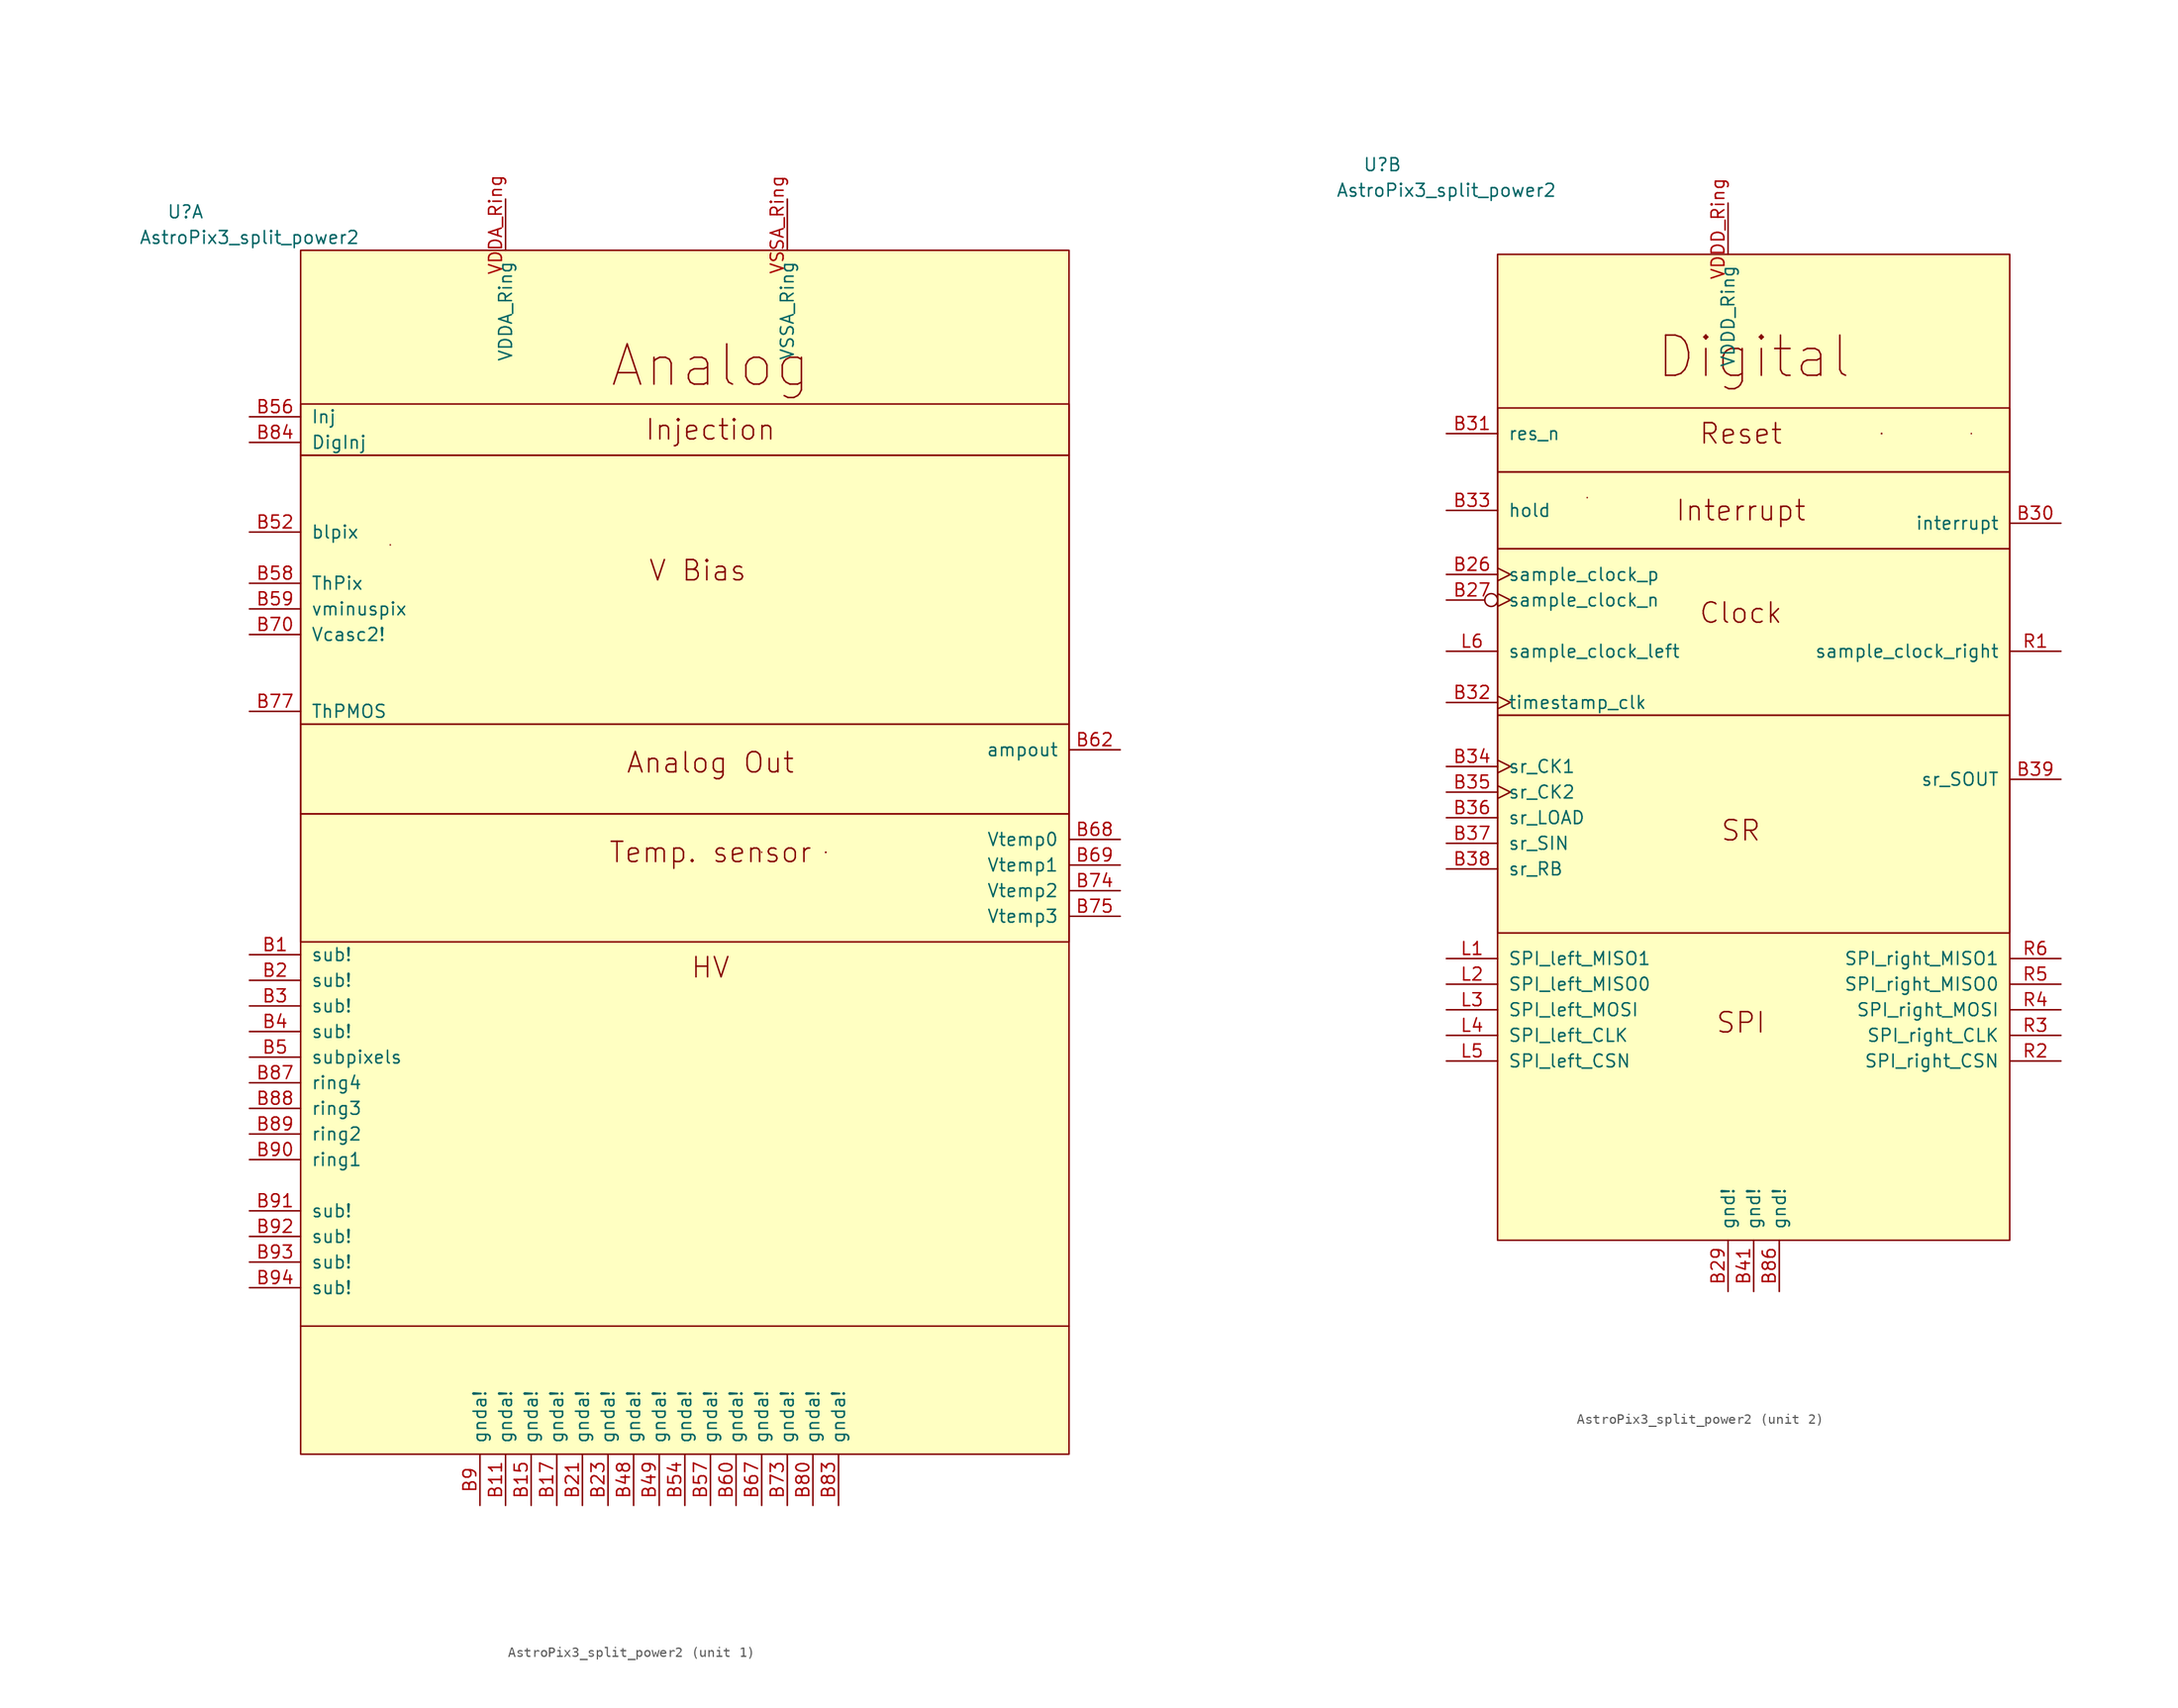
<source format=kicad_sym>
(kicad_symbol_lib
  (version 20211014)
  (generator kicad_symbol_editor)
  (symbol "AstroPix3_split_power2"
    (pin_names
      (offset 1.016))
    (property "Reference" "U"
      (at -36.83 40.64 0)
      (effects (font (size 1.27 1.27))))
    (property "Value" "AstroPix3_split_power2"
      (at -30.48 38.1 0)
      (effects (font (size 1.27 1.27))))
    (property "ki_locked" ""
      (at 0 0 0)
      (effects (font (size 1.27 1.27))))
    (symbol "AstroPix3_split_power2_0_1"
      (polyline (pts (xy -16.51 7.62) (xy -16.51 7.62)) (stroke (width 0) (type default) (color 0 0 0 0)) (fill (type none))))
    (symbol "AstroPix3_split_power2_1_1"
      (rectangle (start -25.4 -19.05) (end 50.8 -31.75) (stroke (width 0) (type default) (color 0 0 0 0)) (fill (type none)))
      (rectangle (start -25.4 -10.16) (end 50.8 -19.05) (stroke (width 0) (type default) (color 0 0 0 0)) (fill (type none)))
      (rectangle (start -25.4 16.51) (end 50.8 -10.16) (stroke (width 0) (type default) (color 0 0 0 0)) (fill (type none)))
      (rectangle (start -25.4 21.59) (end 50.8 16.51) (stroke (width 0) (type default) (color 0 0 0 0)) (fill (type none)))
      (rectangle (start -25.4 36.83) (end 50.8 -82.55) (stroke (width 0) (type default) (color 0 0 0 0)) (fill (type background)))
      (polyline (pts (xy -25.4 -69.85) (xy 50.8 -69.85)) (stroke (width 0) (type default) (color 0 0 0 0)) (fill (type none)))
      (polyline (pts (xy 20.32 -22.86) (xy 20.32 -22.86)) (stroke (width 0) (type default) (color 0 0 0 0)) (fill (type none)))
      (polyline (pts (xy 26.67 -22.86) (xy 26.67 -22.86)) (stroke (width 0) (type default) (color 0 0 0 0)) (fill (type none)))
      (polyline (pts (xy 26.67 -22.86) (xy 26.67 -22.86)) (stroke (width 0) (type default) (color 0 0 0 0)) (fill (type none)))
      (polyline (pts (xy 26.67 -22.86) (xy 26.67 -22.86)) (stroke (width 0) (type default) (color 0 0 0 0)) (fill (type none)))
      (polyline (pts (xy 26.67 -22.86) (xy 26.67 -22.86)) (stroke (width 0) (type default) (color 0 0 0 0)) (fill (type none)))
      (polyline (pts (xy 26.67 -22.86) (xy 26.67 -22.86)) (stroke (width 0) (type default) (color 0 0 0 0)) (fill (type none)))
      (text "Analog" (at 15.24 25.4 0) (effects (font (size 3.988 3.988))))
      (text "Analog Out" (at 15.24 -13.97 0) (effects (font (size 2.007 2.007))))
      (text "HV" (at 15.24 -34.29 0) (effects (font (size 2.007 2.007))))
      (text "Injection" (at 15.24 19.05 0) (effects (font (size 2.007 2.007))))
      (text "Temp. sensor" (at 15.24 -22.86 0) (effects (font (size 2.007 2.007))))
      (text "V Bias" (at 13.97 5.08 0) (effects (font (size 2.007 2.007))))
      (pin power_in line (at -30.48 -33.02 0) (length 5.08) (name "sub!" (effects (font (size 1.27 1.27)))) (number "B1" (effects (font (size 1.27 1.27)))))
      (pin power_in line (at -5.08 -87.63 90) (length 5.08) (name "gnda!" (effects (font (size 1.27 1.27)))) (number "B11" (effects (font (size 1.27 1.27)))))
      (pin power_in line (at -2.54 -87.63 90) (length 5.08) (name "gnda!" (effects (font (size 1.27 1.27)))) (number "B15" (effects (font (size 1.27 1.27)))))
      (pin power_in line (at 0 -87.63 90) (length 5.08) (name "gnda!" (effects (font (size 1.27 1.27)))) (number "B17" (effects (font (size 1.27 1.27)))))
      (pin power_in line (at -30.48 -35.56 0) (length 5.08) (name "sub!" (effects (font (size 1.27 1.27)))) (number "B2" (effects (font (size 1.27 1.27)))))
      (pin power_in line (at 2.54 -87.63 90) (length 5.08) (name "gnda!" (effects (font (size 1.27 1.27)))) (number "B21" (effects (font (size 1.27 1.27)))))
      (pin power_in line (at 5.08 -87.63 90) (length 5.08) (name "gnda!" (effects (font (size 1.27 1.27)))) (number "B23" (effects (font (size 1.27 1.27)))))
      (pin power_in line (at -30.48 -38.1 0) (length 5.08) (name "sub!" (effects (font (size 1.27 1.27)))) (number "B3" (effects (font (size 1.27 1.27)))))
      (pin power_in line (at -30.48 -40.64 0) (length 5.08) (name "sub!" (effects (font (size 1.27 1.27)))) (number "B4" (effects (font (size 1.27 1.27)))))
      (pin power_in line (at 7.62 -87.63 90) (length 5.08) (name "gnda!" (effects (font (size 1.27 1.27)))) (number "B48" (effects (font (size 1.27 1.27)))))
      (pin power_in line (at 10.16 -87.63 90) (length 5.08) (name "gnda!" (effects (font (size 1.27 1.27)))) (number "B49" (effects (font (size 1.27 1.27)))))
      (pin power_in line (at -30.48 -43.18 0) (length 5.08) (name "subpixels" (effects (font (size 1.27 1.27)))) (number "B5" (effects (font (size 1.27 1.27)))))
      (pin input line (at -30.48 8.89 0) (length 5.08) (name "blpix" (effects (font (size 1.27 1.27)))) (number "B52" (effects (font (size 1.27 1.27)))))
      (pin power_in line (at 12.7 -87.63 90) (length 5.08) (name "gnda!" (effects (font (size 1.27 1.27)))) (number "B54" (effects (font (size 1.27 1.27)))))
      (pin input line (at -30.48 20.32 0) (length 5.08) (name "Inj" (effects (font (size 1.27 1.27)))) (number "B56" (effects (font (size 1.27 1.27)))))
      (pin power_in line (at 15.24 -87.63 90) (length 5.08) (name "gnda!" (effects (font (size 1.27 1.27)))) (number "B57" (effects (font (size 1.27 1.27)))))
      (pin input line (at -30.48 3.81 0) (length 5.08) (name "ThPix" (effects (font (size 1.27 1.27)))) (number "B58" (effects (font (size 1.27 1.27)))))
      (pin input line (at -30.48 1.27 0) (length 5.08) (name "vminuspix" (effects (font (size 1.27 1.27)))) (number "B59" (effects (font (size 1.27 1.27)))))
      (pin power_in line (at 17.78 -87.63 90) (length 5.08) (name "gnda!" (effects (font (size 1.27 1.27)))) (number "B60" (effects (font (size 1.27 1.27)))))
      (pin output line (at 55.88 -12.7 180) (length 5.08) (name "ampout" (effects (font (size 1.27 1.27)))) (number "B62" (effects (font (size 1.27 1.27)))))
      (pin power_in line (at 20.32 -87.63 90) (length 5.08) (name "gnda!" (effects (font (size 1.27 1.27)))) (number "B67" (effects (font (size 1.27 1.27)))))
      (pin output line (at 55.88 -21.59 180) (length 5.08) (name "Vtemp0" (effects (font (size 1.27 1.27)))) (number "B68" (effects (font (size 1.27 1.27)))))
      (pin output line (at 55.88 -24.13 180) (length 5.08) (name "Vtemp1" (effects (font (size 1.27 1.27)))) (number "B69" (effects (font (size 1.27 1.27)))))
      (pin input line (at -30.48 -1.27 0) (length 5.08) (name "Vcasc2!" (effects (font (size 1.27 1.27)))) (number "B70" (effects (font (size 1.27 1.27)))))
      (pin power_in line (at 22.86 -87.63 90) (length 5.08) (name "gnda!" (effects (font (size 1.27 1.27)))) (number "B73" (effects (font (size 1.27 1.27)))))
      (pin output line (at 55.88 -26.67 180) (length 5.08) (name "Vtemp2" (effects (font (size 1.27 1.27)))) (number "B74" (effects (font (size 1.27 1.27)))))
      (pin output line (at 55.88 -29.21 180) (length 5.08) (name "Vtemp3" (effects (font (size 1.27 1.27)))) (number "B75" (effects (font (size 1.27 1.27)))))
      (pin input line (at -30.48 -8.89 0) (length 5.08) (name "ThPMOS" (effects (font (size 1.27 1.27)))) (number "B77" (effects (font (size 1.27 1.27)))))
      (pin power_in line (at 25.4 -87.63 90) (length 5.08) (name "gnda!" (effects (font (size 1.27 1.27)))) (number "B80" (effects (font (size 1.27 1.27)))))
      (pin power_in line (at 27.94 -87.63 90) (length 5.08) (name "gnda!" (effects (font (size 1.27 1.27)))) (number "B83" (effects (font (size 1.27 1.27)))))
      (pin input line (at -30.48 17.78 0) (length 5.08) (name "DigInj" (effects (font (size 1.27 1.27)))) (number "B84" (effects (font (size 1.27 1.27)))))
      (pin input line (at -30.48 -45.72 0) (length 5.08) (name "ring4" (effects (font (size 1.27 1.27)))) (number "B87" (effects (font (size 1.27 1.27)))))
      (pin input line (at -30.48 -48.26 0) (length 5.08) (name "ring3" (effects (font (size 1.27 1.27)))) (number "B88" (effects (font (size 1.27 1.27)))))
      (pin input line (at -30.48 -50.8 0) (length 5.08) (name "ring2" (effects (font (size 1.27 1.27)))) (number "B89" (effects (font (size 1.27 1.27)))))
      (pin power_in line (at -7.62 -87.63 90) (length 5.08) (name "gnda!" (effects (font (size 1.27 1.27)))) (number "B9" (effects (font (size 1.27 1.27)))))
      (pin input line (at -30.48 -53.34 0) (length 5.08) (name "ring1" (effects (font (size 1.27 1.27)))) (number "B90" (effects (font (size 1.27 1.27)))))
      (pin power_in line (at -30.48 -58.42 0) (length 5.08) (name "sub!" (effects (font (size 1.27 1.27)))) (number "B91" (effects (font (size 1.27 1.27)))))
      (pin power_in line (at -30.48 -60.96 0) (length 5.08) (name "sub!" (effects (font (size 1.27 1.27)))) (number "B92" (effects (font (size 1.27 1.27)))))
      (pin power_in line (at -30.48 -63.5 0) (length 5.08) (name "sub!" (effects (font (size 1.27 1.27)))) (number "B93" (effects (font (size 1.27 1.27)))))
      (pin power_in line (at -30.48 -66.04 0) (length 5.08) (name "sub!" (effects (font (size 1.27 1.27)))) (number "B94" (effects (font (size 1.27 1.27)))))
      (pin power_in line (at -5.08 41.91 270) (length 5.08) (name "VDDA_Ring" (effects (font (size 1.27 1.27)))) (number "VDDA_Ring" (effects (font (size 1.27 1.27)))))
      (pin power_in line (at 22.86 41.91 270) (length 5.08) (name "VSSA_Ring" (effects (font (size 1.27 1.27)))) (number "VSSA_Ring" (effects (font (size 1.27 1.27))))))
    (symbol "AstroPix3_split_power2_2_1"
      (rectangle (start -25.4 -13.97) (end 25.4 -35.56) (stroke (width 0) (type default) (color 0 0 0 0)) (fill (type none)))
      (rectangle (start -25.4 2.54) (end 25.4 -13.97) (stroke (width 0) (type default) (color 0 0 0 0)) (fill (type none)))
      (rectangle (start -25.4 2.54) (end 25.4 10.16) (stroke (width 0) (type default) (color 0 0 0 0)) (fill (type none)))
      (rectangle (start -25.4 16.51) (end 25.4 10.16) (stroke (width 0) (type default) (color 0 0 0 0)) (fill (type none)))
      (rectangle (start -25.4 31.75) (end 25.4 -66.04) (stroke (width 0) (type default) (color 0 0 0 0)) (fill (type background)))
      (polyline (pts (xy 12.7 13.97) (xy 12.7 13.97)) (stroke (width 0) (type default) (color 0 0 0 0)) (fill (type none)))
      (polyline (pts (xy 12.7 13.97) (xy 12.7 13.97)) (stroke (width 0) (type default) (color 0 0 0 0)) (fill (type none)))
      (polyline (pts (xy 12.7 13.97) (xy 12.7 13.97)) (stroke (width 0) (type default) (color 0 0 0 0)) (fill (type none)))
      (polyline (pts (xy 12.7 13.97) (xy 12.7 13.97)) (stroke (width 0) (type default) (color 0 0 0 0)) (fill (type none)))
      (polyline (pts (xy 12.7 13.97) (xy 12.7 13.97)) (stroke (width 0) (type default) (color 0 0 0 0)) (fill (type none)))
      (polyline (pts (xy 21.59 13.97) (xy 21.59 13.97)) (stroke (width 0) (type default) (color 0 0 0 0)) (fill (type none)))
      (text "Clock" (at -1.27 -3.81 0) (effects (font (size 2.007 2.007))))
      (text "Digital" (at 0 21.59 0) (effects (font (size 3.988 3.988))))
      (text "Interrupt" (at -1.27 6.35 0) (effects (font (size 2.007 2.007))))
      (text "Reset" (at -1.27 13.97 0) (effects (font (size 2.007 2.007))))
      (text "SPI" (at -1.27 -44.45 0) (effects (font (size 2.007 2.007))))
      (text "SR" (at -1.27 -25.4 0) (effects (font (size 2.007 2.007))))
      (pin input clock (at -30.48 0 0) (length 5.08) (name "sample_clock_p" (effects (font (size 1.27 1.27)))) (number "B26" (effects (font (size 1.27 1.27)))))
      (pin input inverted_clock (at -30.48 -2.54 0) (length 5.08) (name "sample_clock_n" (effects (font (size 1.27 1.27)))) (number "B27" (effects (font (size 1.27 1.27)))))
      (pin power_in line (at -2.54 -71.12 90) (length 5.08) (name "gnd!" (effects (font (size 1.27 1.27)))) (number "B29" (effects (font (size 1.27 1.27)))))
      (pin open_collector line (at 30.48 5.08 180) (length 5.08) (name "interrupt" (effects (font (size 1.27 1.27)))) (number "B30" (effects (font (size 1.27 1.27)))))
      (pin input line (at -30.48 13.97 0) (length 5.08) (name "res_n" (effects (font (size 1.27 1.27)))) (number "B31" (effects (font (size 1.27 1.27)))))
      (pin input clock (at -30.48 -12.7 0) (length 5.08) (name "timestamp_clk" (effects (font (size 1.27 1.27)))) (number "B32" (effects (font (size 1.27 1.27)))))
      (pin input line (at -30.48 6.35 0) (length 5.08) (name "hold" (effects (font (size 1.27 1.27)))) (number "B33" (effects (font (size 1.27 1.27)))))
      (pin input clock (at -30.48 -19.05 0) (length 5.08) (name "sr_CK1" (effects (font (size 1.27 1.27)))) (number "B34" (effects (font (size 1.27 1.27)))))
      (pin input clock (at -30.48 -21.59 0) (length 5.08) (name "sr_CK2" (effects (font (size 1.27 1.27)))) (number "B35" (effects (font (size 1.27 1.27)))))
      (pin input line (at -30.48 -24.13 0) (length 5.08) (name "sr_LOAD" (effects (font (size 1.27 1.27)))) (number "B36" (effects (font (size 1.27 1.27)))))
      (pin input line (at -30.48 -26.67 0) (length 5.08) (name "sr_SIN" (effects (font (size 1.27 1.27)))) (number "B37" (effects (font (size 1.27 1.27)))))
      (pin input line (at -30.48 -29.21 0) (length 5.08) (name "sr_RB" (effects (font (size 1.27 1.27)))) (number "B38" (effects (font (size 1.27 1.27)))))
      (pin output line (at 30.48 -20.32 180) (length 5.08) (name "sr_SOUT" (effects (font (size 1.27 1.27)))) (number "B39" (effects (font (size 1.27 1.27)))))
      (pin power_in line (at 0 -71.12 90) (length 5.08) (name "gnd!" (effects (font (size 1.27 1.27)))) (number "B41" (effects (font (size 1.27 1.27)))))
      (pin power_in line (at 2.54 -71.12 90) (length 5.08) (name "gnd!" (effects (font (size 1.27 1.27)))) (number "B86" (effects (font (size 1.27 1.27)))))
      (pin output line (at -30.48 -38.1 0) (length 5.08) (name "SPI_left_MISO1" (effects (font (size 1.27 1.27)))) (number "L1" (effects (font (size 1.27 1.27)))))
      (pin output line (at -30.48 -40.64 0) (length 5.08) (name "SPI_left_MISO0" (effects (font (size 1.27 1.27)))) (number "L2" (effects (font (size 1.27 1.27)))))
      (pin input line (at -30.48 -43.18 0) (length 5.08) (name "SPI_left_MOSI" (effects (font (size 1.27 1.27)))) (number "L3" (effects (font (size 1.27 1.27)))))
      (pin input line (at -30.48 -45.72 0) (length 5.08) (name "SPI_left_CLK" (effects (font (size 1.27 1.27)))) (number "L4" (effects (font (size 1.27 1.27)))))
      (pin output line (at -30.48 -48.26 0) (length 5.08) (name "SPI_left_CSN" (effects (font (size 1.27 1.27)))) (number "L5" (effects (font (size 1.27 1.27)))))
      (pin input line (at -30.48 -7.62 0) (length 5.08) (name "sample_clock_left" (effects (font (size 1.27 1.27)))) (number "L6" (effects (font (size 1.27 1.27)))))
      (pin output line (at 30.48 -7.62 180) (length 5.08) (name "sample_clock_right" (effects (font (size 1.27 1.27)))) (number "R1" (effects (font (size 1.27 1.27)))))
      (pin input line (at 30.48 -48.26 180) (length 5.08) (name "SPI_right_CSN" (effects (font (size 1.27 1.27)))) (number "R2" (effects (font (size 1.27 1.27)))))
      (pin output line (at 30.48 -45.72 180) (length 5.08) (name "SPI_right_CLK" (effects (font (size 1.27 1.27)))) (number "R3" (effects (font (size 1.27 1.27)))))
      (pin output line (at 30.48 -43.18 180) (length 5.08) (name "SPI_right_MOSI" (effects (font (size 1.27 1.27)))) (number "R4" (effects (font (size 1.27 1.27)))))
      (pin input line (at 30.48 -40.64 180) (length 5.08) (name "SPI_right_MISO0" (effects (font (size 1.27 1.27)))) (number "R5" (effects (font (size 1.27 1.27)))))
      (pin input line (at 30.48 -38.1 180) (length 5.08) (name "SPI_right_MISO1" (effects (font (size 1.27 1.27)))) (number "R6" (effects (font (size 1.27 1.27)))))
      (pin power_in line (at -2.54 36.83 270) (length 5.08) (name "VDDD_Ring" (effects (font (size 1.27 1.27)))) (number "VDDD_Ring" (effects (font (size 1.27 1.27))))))))
</source>
